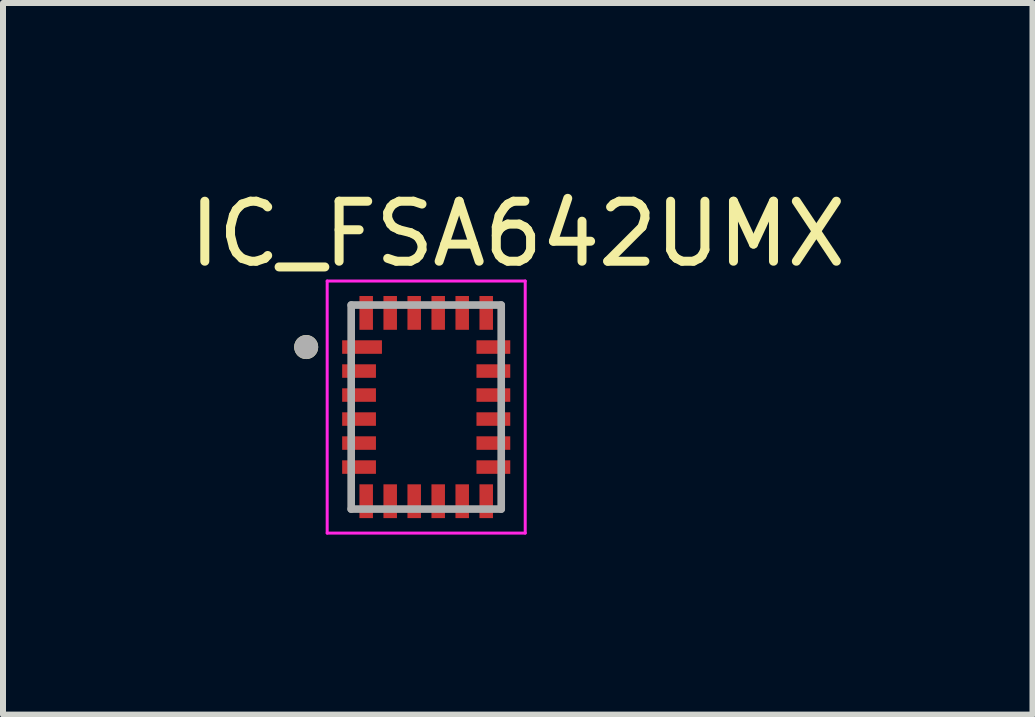
<source format=kicad_pcb>
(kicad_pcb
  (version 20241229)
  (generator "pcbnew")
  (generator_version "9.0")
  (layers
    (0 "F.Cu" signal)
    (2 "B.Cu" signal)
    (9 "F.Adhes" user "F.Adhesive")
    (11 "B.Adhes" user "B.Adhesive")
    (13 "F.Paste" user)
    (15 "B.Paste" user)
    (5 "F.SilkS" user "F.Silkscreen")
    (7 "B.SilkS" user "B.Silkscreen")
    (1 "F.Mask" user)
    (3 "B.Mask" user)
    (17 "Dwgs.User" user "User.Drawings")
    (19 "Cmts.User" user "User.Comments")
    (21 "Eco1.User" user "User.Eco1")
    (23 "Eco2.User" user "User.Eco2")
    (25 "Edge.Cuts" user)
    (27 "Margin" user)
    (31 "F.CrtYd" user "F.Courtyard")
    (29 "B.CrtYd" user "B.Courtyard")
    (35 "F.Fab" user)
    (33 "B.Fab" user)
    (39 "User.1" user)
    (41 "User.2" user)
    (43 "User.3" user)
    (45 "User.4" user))
  (footprint "IC_FSA642UMX"
    (layer "F.Cu")
    (at 4.052 3.733)
    (property "Reference" "IC_FSA642UMX" (at 1.525 -2.885 0) (layer "F.SilkS") (effects (font (size 1 1) (thickness 0.15))))
    (attr smd)
    (fp_circle (center -2 -1) (end -1.9 -1) (stroke (width 0.2) (type solid)) (fill no) (layer "F.SilkS"))
    (fp_line (start -1.65 -2.1) (end 1.65 -2.1) (stroke (width 0.05) (type solid)) (layer "F.CrtYd"))
    (fp_line (start -1.65 2.1) (end -1.65 -2.1) (stroke (width 0.05) (type solid)) (layer "F.CrtYd"))
    (fp_line (start 1.65 -2.1) (end 1.65 2.1) (stroke (width 0.05) (type solid)) (layer "F.CrtYd"))
    (fp_line (start 1.65 2.1) (end -1.65 2.1) (stroke (width 0.05) (type solid)) (layer "F.CrtYd"))
    (fp_line (start -1.25 -1.7) (end 1.25 -1.7) (stroke (width 0.127) (type solid)) (layer "F.Fab"))
    (fp_line (start -1.25 1.7) (end -1.25 -1.7) (stroke (width 0.127) (type solid)) (layer "F.Fab"))
    (fp_line (start 1.25 -1.7) (end 1.25 1.7) (stroke (width 0.127) (type solid)) (layer "F.Fab"))
    (fp_line (start 1.25 1.7) (end -1.25 1.7) (stroke (width 0.127) (type solid)) (layer "F.Fab"))
    (fp_circle (center -2 -1) (end -1.9 -1) (stroke (width 0.2) (type solid)) (fill no) (layer "F.Fab"))
    (pad "1" smd rect (at -1.069 -1) (size 0.663 0.225) (layers "F.Cu" "F.Mask" "F.Paste"))
    (pad "2" smd rect (at -1.119 -0.6) (size 0.563 0.225) (layers "F.Cu" "F.Mask" "F.Paste"))
    (pad "3" smd rect (at -1.119 -0.2) (size 0.563 0.225) (layers "F.Cu" "F.Mask" "F.Paste"))
    (pad "4" smd rect (at -1.119 0.2) (size 0.563 0.225) (layers "F.Cu" "F.Mask" "F.Paste"))
    (pad "5" smd rect (at -1.119 0.6) (size 0.563 0.225) (layers "F.Cu" "F.Mask" "F.Paste"))
    (pad "6" smd rect (at -1.119 1) (size 0.563 0.225) (layers "F.Cu" "F.Mask" "F.Paste"))
    (pad "7" smd rect (at -1 1.569) (size 0.225 0.563) (layers "F.Cu" "F.Mask" "F.Paste"))
    (pad "8" smd rect (at -0.6 1.569) (size 0.225 0.563) (layers "F.Cu" "F.Mask" "F.Paste"))
    (pad "9" smd rect (at -0.2 1.569) (size 0.225 0.563) (layers "F.Cu" "F.Mask" "F.Paste"))
    (pad "10" smd rect (at 0.2 1.569) (size 0.225 0.563) (layers "F.Cu" "F.Mask" "F.Paste"))
    (pad "11" smd rect (at 0.6 1.569) (size 0.225 0.563) (layers "F.Cu" "F.Mask" "F.Paste"))
    (pad "12" smd rect (at 1 1.569) (size 0.225 0.563) (layers "F.Cu" "F.Mask" "F.Paste"))
    (pad "13" smd rect (at 1.119 1) (size 0.563 0.225) (layers "F.Cu" "F.Mask" "F.Paste"))
    (pad "14" smd rect (at 1.119 0.6) (size 0.563 0.225) (layers "F.Cu" "F.Mask" "F.Paste"))
    (pad "15" smd rect (at 1.119 0.2) (size 0.563 0.225) (layers "F.Cu" "F.Mask" "F.Paste"))
    (pad "16" smd rect (at 1.119 -0.2) (size 0.563 0.225) (layers "F.Cu" "F.Mask" "F.Paste"))
    (pad "17" smd rect (at 1.119 -0.6) (size 0.563 0.225) (layers "F.Cu" "F.Mask" "F.Paste"))
    (pad "18" smd rect (at 1.119 -1) (size 0.563 0.225) (layers "F.Cu" "F.Mask" "F.Paste"))
    (pad "19" smd rect (at 1 -1.569) (size 0.225 0.563) (layers "F.Cu" "F.Mask" "F.Paste"))
    (pad "20" smd rect (at 0.6 -1.569) (size 0.225 0.563) (layers "F.Cu" "F.Mask" "F.Paste"))
    (pad "21" smd rect (at 0.2 -1.569) (size 0.225 0.563) (layers "F.Cu" "F.Mask" "F.Paste"))
    (pad "22" smd rect (at -0.2 -1.569) (size 0.225 0.563) (layers "F.Cu" "F.Mask" "F.Paste"))
    (pad "23" smd rect (at -0.6 -1.569) (size 0.225 0.563) (layers "F.Cu" "F.Mask" "F.Paste"))
    (pad "24" smd rect (at -1 -1.569) (size 0.225 0.563) (layers "F.Cu" "F.Mask" "F.Paste")))
  (gr_rect
    (start -3 -3)
    (end 14.155 8.858)
    (stroke (width 0.1) (type default))
    (fill no)
    (layer "Edge.Cuts")))
</source>
